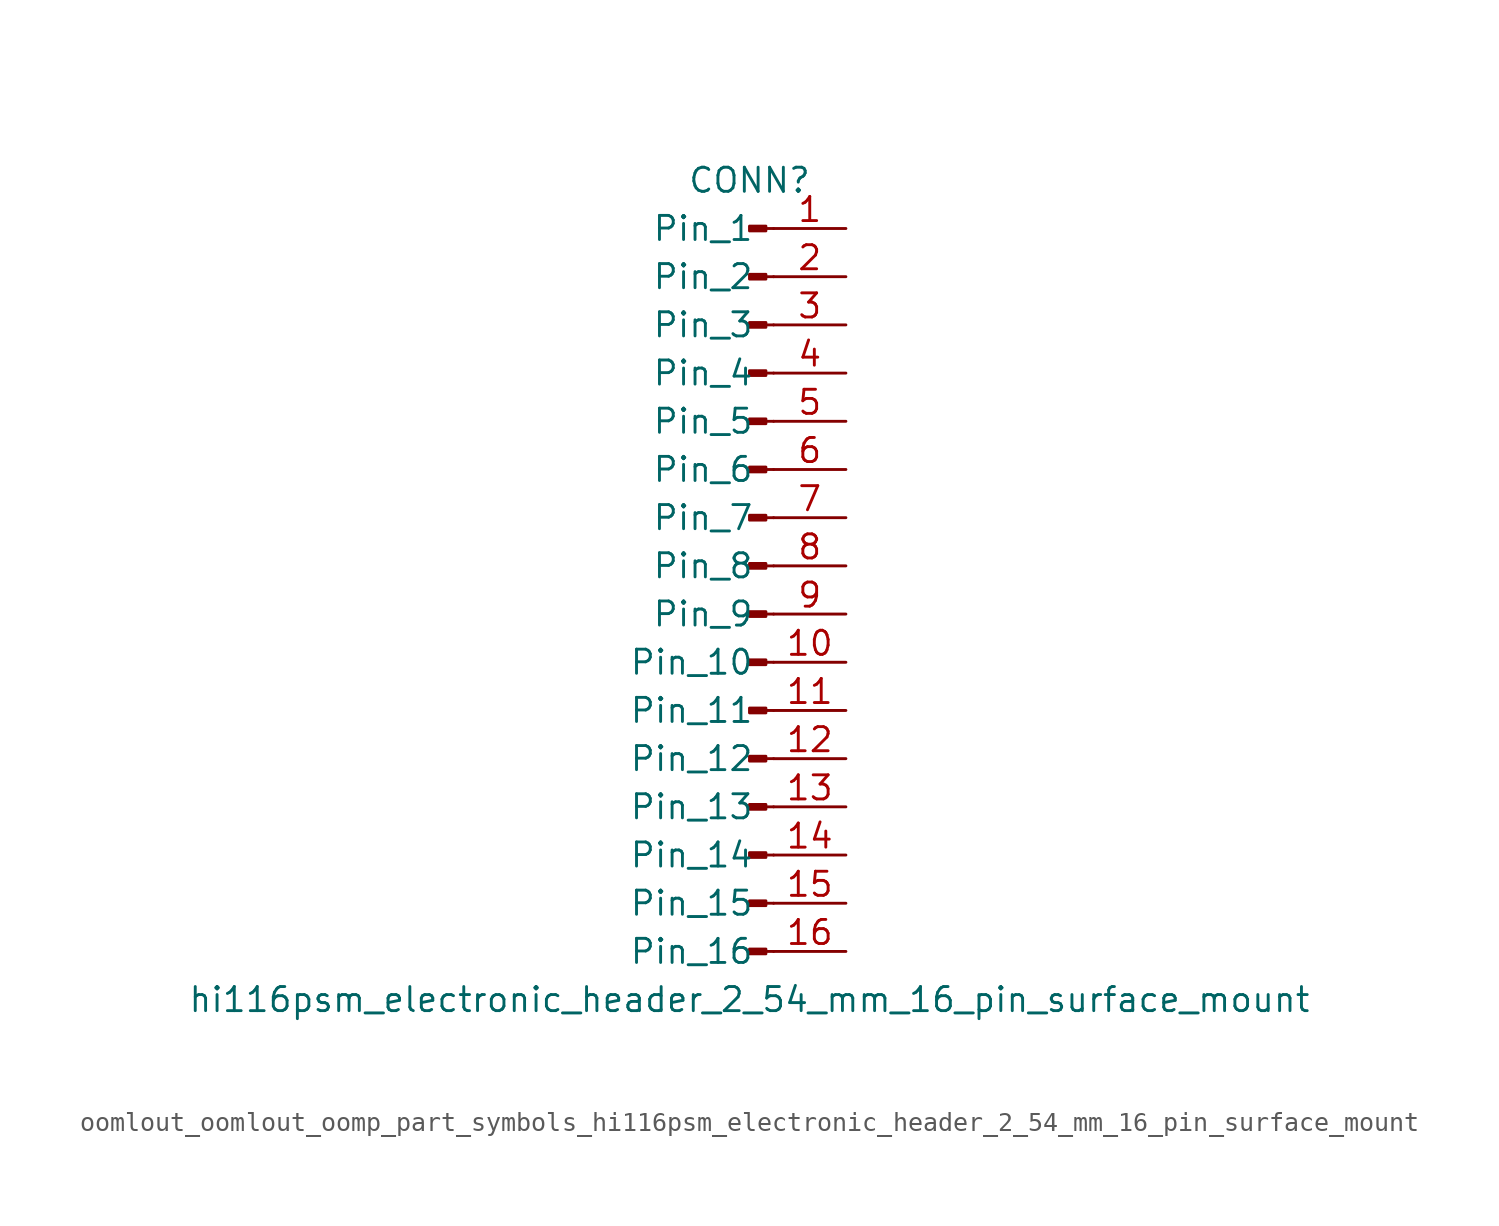
<source format=kicad_sym>
(kicad_symbol_lib
  (version 20220914)
  (generator kicad_symbol_editor)
  (symbol "oomlout_oomlout_oomp_part_symbols_hi116psm_electronic_header_2_54_mm_16_pin_surface_mount"
    (pin_names
      (offset 1.016))
    (property "Reference" "CONN"
      (at 0 20.32 0)
      (effects (font (size 1.27 1.27))))
    (property "Value" "hi116psm_electronic_header_2_54_mm_16_pin_surface_mount"
      (at 0 -22.86 0)
      (effects (font (size 1.27 1.27))))
    (property "ki_locked" ""
      (at 0 0 0)
      (effects (font (size 1.27 1.27))))
    (symbol "oomlout_oomlout_oomp_part_symbols_hi116psm_electronic_header_2_54_mm_16_pin_surface_mount_1_1"
      (polyline (pts (xy 1.27 -20.32) (xy 0.864 -20.32)) (stroke (width 0.152) (type default)) (fill (type none)))
      (polyline (pts (xy 1.27 -17.78) (xy 0.864 -17.78)) (stroke (width 0.152) (type default)) (fill (type none)))
      (polyline (pts (xy 1.27 -15.24) (xy 0.864 -15.24)) (stroke (width 0.152) (type default)) (fill (type none)))
      (polyline (pts (xy 1.27 -12.7) (xy 0.864 -12.7)) (stroke (width 0.152) (type default)) (fill (type none)))
      (polyline (pts (xy 1.27 -10.16) (xy 0.864 -10.16)) (stroke (width 0.152) (type default)) (fill (type none)))
      (polyline (pts (xy 1.27 -7.62) (xy 0.864 -7.62)) (stroke (width 0.152) (type default)) (fill (type none)))
      (polyline (pts (xy 1.27 -5.08) (xy 0.864 -5.08)) (stroke (width 0.152) (type default)) (fill (type none)))
      (polyline (pts (xy 1.27 -2.54) (xy 0.864 -2.54)) (stroke (width 0.152) (type default)) (fill (type none)))
      (polyline (pts (xy 1.27 0) (xy 0.864 0)) (stroke (width 0.152) (type default)) (fill (type none)))
      (polyline (pts (xy 1.27 2.54) (xy 0.864 2.54)) (stroke (width 0.152) (type default)) (fill (type none)))
      (polyline (pts (xy 1.27 5.08) (xy 0.864 5.08)) (stroke (width 0.152) (type default)) (fill (type none)))
      (polyline (pts (xy 1.27 7.62) (xy 0.864 7.62)) (stroke (width 0.152) (type default)) (fill (type none)))
      (polyline (pts (xy 1.27 10.16) (xy 0.864 10.16)) (stroke (width 0.152) (type default)) (fill (type none)))
      (polyline (pts (xy 1.27 12.7) (xy 0.864 12.7)) (stroke (width 0.152) (type default)) (fill (type none)))
      (polyline (pts (xy 1.27 15.24) (xy 0.864 15.24)) (stroke (width 0.152) (type default)) (fill (type none)))
      (polyline (pts (xy 1.27 17.78) (xy 0.864 17.78)) (stroke (width 0.152) (type default)) (fill (type none)))
      (rectangle (start 0.864 -20.193) (end 0 -20.447) (stroke (width 0.152) (type default)) (fill (type outline)))
      (rectangle (start 0.864 -17.653) (end 0 -17.907) (stroke (width 0.152) (type default)) (fill (type outline)))
      (rectangle (start 0.864 -15.113) (end 0 -15.367) (stroke (width 0.152) (type default)) (fill (type outline)))
      (rectangle (start 0.864 -12.573) (end 0 -12.827) (stroke (width 0.152) (type default)) (fill (type outline)))
      (rectangle (start 0.864 -10.033) (end 0 -10.287) (stroke (width 0.152) (type default)) (fill (type outline)))
      (rectangle (start 0.864 -7.493) (end 0 -7.747) (stroke (width 0.152) (type default)) (fill (type outline)))
      (rectangle (start 0.864 -4.953) (end 0 -5.207) (stroke (width 0.152) (type default)) (fill (type outline)))
      (rectangle (start 0.864 -2.413) (end 0 -2.667) (stroke (width 0.152) (type default)) (fill (type outline)))
      (rectangle (start 0.864 0.127) (end 0 -0.127) (stroke (width 0.152) (type default)) (fill (type outline)))
      (rectangle (start 0.864 2.667) (end 0 2.413) (stroke (width 0.152) (type default)) (fill (type outline)))
      (rectangle (start 0.864 5.207) (end 0 4.953) (stroke (width 0.152) (type default)) (fill (type outline)))
      (rectangle (start 0.864 7.747) (end 0 7.493) (stroke (width 0.152) (type default)) (fill (type outline)))
      (rectangle (start 0.864 10.287) (end 0 10.033) (stroke (width 0.152) (type default)) (fill (type outline)))
      (rectangle (start 0.864 12.827) (end 0 12.573) (stroke (width 0.152) (type default)) (fill (type outline)))
      (rectangle (start 0.864 15.367) (end 0 15.113) (stroke (width 0.152) (type default)) (fill (type outline)))
      (rectangle (start 0.864 17.907) (end 0 17.653) (stroke (width 0.152) (type default)) (fill (type outline)))
      (pin passive line (at 5.08 17.78 180) (length 3.81) (name "Pin_1" (effects (font (size 1.27 1.27)))) (number "1" (effects (font (size 1.27 1.27)))))
      (pin passive line (at 5.08 -5.08 180) (length 3.81) (name "Pin_10" (effects (font (size 1.27 1.27)))) (number "10" (effects (font (size 1.27 1.27)))))
      (pin passive line (at 5.08 -7.62 180) (length 3.81) (name "Pin_11" (effects (font (size 1.27 1.27)))) (number "11" (effects (font (size 1.27 1.27)))))
      (pin passive line (at 5.08 -10.16 180) (length 3.81) (name "Pin_12" (effects (font (size 1.27 1.27)))) (number "12" (effects (font (size 1.27 1.27)))))
      (pin passive line (at 5.08 -12.7 180) (length 3.81) (name "Pin_13" (effects (font (size 1.27 1.27)))) (number "13" (effects (font (size 1.27 1.27)))))
      (pin passive line (at 5.08 -15.24 180) (length 3.81) (name "Pin_14" (effects (font (size 1.27 1.27)))) (number "14" (effects (font (size 1.27 1.27)))))
      (pin passive line (at 5.08 -17.78 180) (length 3.81) (name "Pin_15" (effects (font (size 1.27 1.27)))) (number "15" (effects (font (size 1.27 1.27)))))
      (pin passive line (at 5.08 -20.32 180) (length 3.81) (name "Pin_16" (effects (font (size 1.27 1.27)))) (number "16" (effects (font (size 1.27 1.27)))))
      (pin passive line (at 5.08 15.24 180) (length 3.81) (name "Pin_2" (effects (font (size 1.27 1.27)))) (number "2" (effects (font (size 1.27 1.27)))))
      (pin passive line (at 5.08 12.7 180) (length 3.81) (name "Pin_3" (effects (font (size 1.27 1.27)))) (number "3" (effects (font (size 1.27 1.27)))))
      (pin passive line (at 5.08 10.16 180) (length 3.81) (name "Pin_4" (effects (font (size 1.27 1.27)))) (number "4" (effects (font (size 1.27 1.27)))))
      (pin passive line (at 5.08 7.62 180) (length 3.81) (name "Pin_5" (effects (font (size 1.27 1.27)))) (number "5" (effects (font (size 1.27 1.27)))))
      (pin passive line (at 5.08 5.08 180) (length 3.81) (name "Pin_6" (effects (font (size 1.27 1.27)))) (number "6" (effects (font (size 1.27 1.27)))))
      (pin passive line (at 5.08 2.54 180) (length 3.81) (name "Pin_7" (effects (font (size 1.27 1.27)))) (number "7" (effects (font (size 1.27 1.27)))))
      (pin passive line (at 5.08 0 180) (length 3.81) (name "Pin_8" (effects (font (size 1.27 1.27)))) (number "8" (effects (font (size 1.27 1.27)))))
      (pin passive line (at 5.08 -2.54 180) (length 3.81) (name "Pin_9" (effects (font (size 1.27 1.27)))) (number "9" (effects (font (size 1.27 1.27))))))))
</source>
